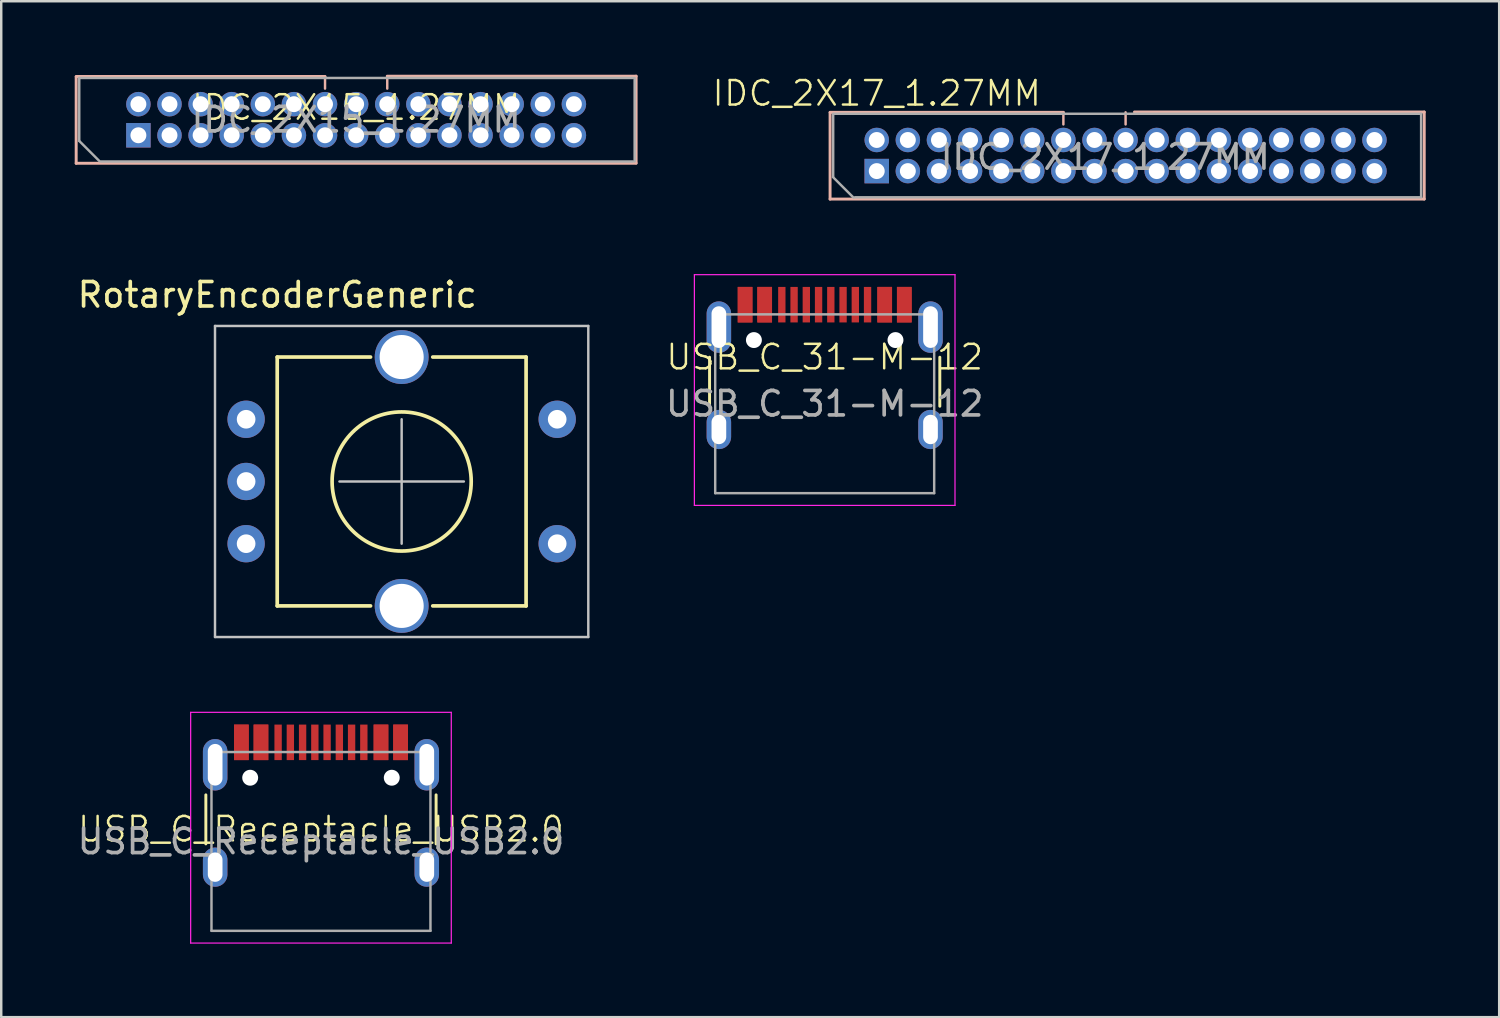
<source format=kicad_pcb>
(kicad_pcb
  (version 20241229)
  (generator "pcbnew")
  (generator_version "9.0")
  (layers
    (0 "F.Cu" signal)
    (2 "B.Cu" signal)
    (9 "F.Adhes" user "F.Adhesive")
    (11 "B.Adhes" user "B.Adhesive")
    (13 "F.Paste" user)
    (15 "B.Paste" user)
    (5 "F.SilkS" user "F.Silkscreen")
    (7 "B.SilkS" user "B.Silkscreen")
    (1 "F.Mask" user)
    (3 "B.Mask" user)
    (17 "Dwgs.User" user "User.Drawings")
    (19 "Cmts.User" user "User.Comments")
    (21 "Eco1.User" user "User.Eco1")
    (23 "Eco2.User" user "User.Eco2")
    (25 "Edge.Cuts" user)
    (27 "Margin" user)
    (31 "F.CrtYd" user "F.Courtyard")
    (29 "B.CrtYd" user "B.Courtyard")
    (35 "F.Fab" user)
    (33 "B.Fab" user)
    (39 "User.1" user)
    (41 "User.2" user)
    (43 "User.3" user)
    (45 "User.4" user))
  (footprint "IDC_2X15_1.27MM"
    (layer "F.Cu")
    (at 11.49 1.838)
    (property "Reference" "IDC_2X15_1.27MM" (at 0 -0.5 0) (unlocked yes) (layer "F.SilkS") (effects (font (size 1 1) (thickness 0.1))))
    (attr through_hole)
    (fp_line (start -11.43 -1.765) (end -1.27 -1.765) (stroke (width 0.12) (type solid)) (layer "B.SilkS"))
    (fp_line (start -11.43 1.778) (end -11.43 -1.752) (stroke (width 0.12) (type solid)) (layer "B.SilkS"))
    (fp_line (start -11.43 1.778) (end 11.43 1.778) (stroke (width 0.12) (type solid)) (layer "B.SilkS"))
    (fp_line (start -1.27 -1.765) (end -1.27 -1.27) (stroke (width 0.1) (type default)) (layer "B.SilkS"))
    (fp_line (start 1.27 -1.778) (end 11.43 -1.778) (stroke (width 0.12) (type solid)) (layer "B.SilkS"))
    (fp_line (start 1.27 -1.765) (end 1.27 -1.27) (stroke (width 0.1) (type default)) (layer "B.SilkS"))
    (fp_line (start 11.43 1.765) (end 11.43 -1.778) (stroke (width 0.12) (type solid)) (layer "B.SilkS"))
    (fp_line (start -11.305 0.866) (end -11.305 -1.692) (stroke (width 0.1) (type solid)) (layer "F.Fab"))
    (fp_line (start -11.303 -1.705) (end 11.303 -1.705) (stroke (width 0.1) (type solid)) (layer "F.Fab"))
    (fp_line (start -10.466 1.704) (end -11.305 0.866) (stroke (width 0.1) (type solid)) (layer "F.Fab"))
    (fp_line (start 11.303 1.705) (end -10.414 1.705) (stroke (width 0.1) (type solid)) (layer "F.Fab"))
    (fp_line (start 11.37 -1.705) (end 11.37 1.705) (stroke (width 0.1) (type solid)) (layer "F.Fab"))
    (fp_text user "${REFERENCE}" (at 0 0 180) (layer "F.Fab") (effects (font (size 1 1) (thickness 0.15))))
    (pad "1" thru_hole rect (at -8.89 0.635 90) (size 1 1) (drill 0.65) (layers "*.Cu" "*.Mask"))
    (pad "2" thru_hole oval (at -8.89 -0.635 90) (size 1 1) (drill 0.65) (layers "*.Cu" "*.Mask"))
    (pad "3" thru_hole oval (at -7.62 0.635 90) (size 1 1) (drill 0.65) (layers "*.Cu" "*.Mask"))
    (pad "4" thru_hole oval (at -7.62 -0.635 90) (size 1 1) (drill 0.65) (layers "*.Cu" "*.Mask"))
    (pad "5" thru_hole oval (at -6.35 0.635 90) (size 1 1) (drill 0.65) (layers "*.Cu" "*.Mask"))
    (pad "6" thru_hole oval (at -6.35 -0.635 90) (size 1 1) (drill 0.65) (layers "*.Cu" "*.Mask"))
    (pad "7" thru_hole oval (at -5.08 0.635 90) (size 1 1) (drill 0.65) (layers "*.Cu" "*.Mask"))
    (pad "8" thru_hole oval (at -5.08 -0.635 90) (size 1 1) (drill 0.65) (layers "*.Cu" "*.Mask"))
    (pad "9" thru_hole oval (at -3.81 0.635 90) (size 1 1) (drill 0.65) (layers "*.Cu" "*.Mask"))
    (pad "10" thru_hole oval (at -3.81 -0.635 90) (size 1 1) (drill 0.65) (layers "*.Cu" "*.Mask"))
    (pad "11" thru_hole oval (at -2.54 0.635 90) (size 1 1) (drill 0.65) (layers "*.Cu" "*.Mask"))
    (pad "12" thru_hole oval (at -2.54 -0.635 90) (size 1 1) (drill 0.65) (layers "*.Cu" "*.Mask"))
    (pad "13" thru_hole oval (at -1.27 0.635 90) (size 1 1) (drill 0.65) (layers "*.Cu" "*.Mask"))
    (pad "14" thru_hole oval (at -1.27 -0.635 90) (size 1 1) (drill 0.65) (layers "*.Cu" "*.Mask"))
    (pad "15" thru_hole oval (at 0 0.635 90) (size 1 1) (drill 0.65) (layers "*.Cu" "*.Mask"))
    (pad "16" thru_hole oval (at 0 -0.635 90) (size 1 1) (drill 0.65) (layers "*.Cu" "*.Mask"))
    (pad "17" thru_hole oval (at 1.27 0.635 90) (size 1 1) (drill 0.65) (layers "*.Cu" "*.Mask"))
    (pad "18" thru_hole oval (at 1.27 -0.635 90) (size 1 1) (drill 0.65) (layers "*.Cu" "*.Mask"))
    (pad "19" thru_hole oval (at 2.54 0.635 90) (size 1 1) (drill 0.65) (layers "*.Cu" "*.Mask"))
    (pad "20" thru_hole oval (at 2.54 -0.635 90) (size 1 1) (drill 0.65) (layers "*.Cu" "*.Mask"))
    (pad "21" thru_hole oval (at 3.81 0.635 90) (size 1 1) (drill 0.65) (layers "*.Cu" "*.Mask"))
    (pad "22" thru_hole oval (at 3.81 -0.635 90) (size 1 1) (drill 0.65) (layers "*.Cu" "*.Mask"))
    (pad "23" thru_hole oval (at 5.08 0.635 90) (size 1 1) (drill 0.65) (layers "*.Cu" "*.Mask"))
    (pad "24" thru_hole oval (at 5.08 -0.635 90) (size 1 1) (drill 0.65) (layers "*.Cu" "*.Mask"))
    (pad "25" thru_hole oval (at 6.35 0.635 90) (size 1 1) (drill 0.65) (layers "*.Cu" "*.Mask"))
    (pad "26" thru_hole oval (at 6.35 -0.635 90) (size 1 1) (drill 0.65) (layers "*.Cu" "*.Mask"))
    (pad "27" thru_hole oval (at 7.62 0.635 90) (size 1 1) (drill 0.65) (layers "*.Cu" "*.Mask"))
    (pad "28" thru_hole oval (at 7.62 -0.635 90) (size 1 1) (drill 0.65) (layers "*.Cu" "*.Mask"))
    (pad "29" thru_hole oval (at 8.89 0.635 90) (size 1 1) (drill 0.65) (layers "*.Cu" "*.Mask"))
    (pad "30" thru_hole oval (at 8.89 -0.635 90) (size 1 1) (drill 0.65) (layers "*.Cu" "*.Mask")))
  (footprint "USB_C_31-M-12"
    (layer "F.Cu")
    (at 30.619 13.434)
    (property "Reference" "USB_C_31-M-12" (at 0 -1.905 0) (unlocked yes) (layer "F.SilkS") (effects (font (size 1 1) (thickness 0.1))))
    (attr smd)
    (fp_line (start -4.7 -1.9) (end -4.7 0.1) (stroke (width 0.12) (type solid)) (layer "F.SilkS"))
    (fp_line (start 4.7 -1.9) (end 4.7 0.1) (stroke (width 0.12) (type solid)) (layer "F.SilkS"))
    (fp_line (start -5.32 -5.27) (end -5.32 4.15) (stroke (width 0.05) (type solid)) (layer "F.CrtYd"))
    (fp_line (start -5.32 -5.27) (end 5.32 -5.27) (stroke (width 0.05) (type solid)) (layer "F.CrtYd"))
    (fp_line (start -5.32 4.15) (end 5.32 4.15) (stroke (width 0.05) (type solid)) (layer "F.CrtYd"))
    (fp_line (start 5.32 -5.27) (end 5.32 4.15) (stroke (width 0.05) (type solid)) (layer "F.CrtYd"))
    (fp_line (start -4.47 -3.65) (end -4.47 3.65) (stroke (width 0.1) (type solid)) (layer "F.Fab"))
    (fp_line (start -4.47 -3.65) (end 4.47 -3.65) (stroke (width 0.1) (type solid)) (layer "F.Fab"))
    (fp_line (start -4.47 3.65) (end 4.47 3.65) (stroke (width 0.1) (type solid)) (layer "F.Fab"))
    (fp_line (start 4.47 -3.65) (end 4.47 3.65) (stroke (width 0.1) (type solid)) (layer "F.Fab"))
    (fp_text user "${REFERENCE}" (at 0 0 0) (layer "F.Fab") (effects (font (size 1 1) (thickness 0.15))))
    (pad "" np_thru_hole circle (at -2.89 -2.6) (size 0.65 0.65) (drill 0.65) (layers "*.Cu" "*.Mask"))
    (pad "" np_thru_hole circle (at 2.89 -2.6) (size 0.65 0.65) (drill 0.65) (layers "*.Cu" "*.Mask"))
    (pad "A1" smd rect (at -3.25 -4.045) (size 0.6 1.45) (layers "F.Cu" "F.Mask" "F.Paste"))
    (pad "A4" smd rect (at -2.45 -4.045) (size 0.6 1.45) (layers "F.Cu" "F.Mask" "F.Paste"))
    (pad "A5" smd rect (at -1.25 -4.045) (size 0.3 1.45) (layers "F.Cu" "F.Mask" "F.Paste"))
    (pad "A6" smd rect (at -0.25 -4.045) (size 0.3 1.45) (layers "F.Cu" "F.Mask" "F.Paste"))
    (pad "A7" smd rect (at 0.25 -4.045) (size 0.3 1.45) (layers "F.Cu" "F.Mask" "F.Paste"))
    (pad "A8" smd rect (at 1.25 -4.045) (size 0.3 1.45) (layers "F.Cu" "F.Mask" "F.Paste"))
    (pad "A9" smd rect (at 2.45 -4.045) (size 0.6 1.45) (layers "F.Cu" "F.Mask" "F.Paste"))
    (pad "A12" smd rect (at 3.25 -4.045) (size 0.6 1.45) (layers "F.Cu" "F.Mask" "F.Paste"))
    (pad "B1" smd rect (at 3.25 -4.045) (size 0.6 1.45) (layers "F.Cu" "F.Mask" "F.Paste"))
    (pad "B4" smd rect (at 2.45 -4.045) (size 0.6 1.45) (layers "F.Cu" "F.Mask" "F.Paste"))
    (pad "B5" smd rect (at 1.75 -4.045) (size 0.3 1.45) (layers "F.Cu" "F.Mask" "F.Paste"))
    (pad "B6" smd rect (at 0.75 -4.045) (size 0.3 1.45) (layers "F.Cu" "F.Mask" "F.Paste"))
    (pad "B7" smd rect (at -0.75 -4.045) (size 0.3 1.45) (layers "F.Cu" "F.Mask" "F.Paste"))
    (pad "B8" smd rect (at -1.75 -4.045) (size 0.3 1.45) (layers "F.Cu" "F.Mask" "F.Paste"))
    (pad "B9" smd rect (at -2.45 -4.045) (size 0.6 1.45) (layers "F.Cu" "F.Mask" "F.Paste"))
    (pad "B12" smd rect (at -3.25 -4.045) (size 0.6 1.45) (layers "F.Cu" "F.Mask" "F.Paste"))
    (pad "S1" thru_hole oval (at -4.32 -3.13) (size 1 2.1) (drill oval 0.6 1.7) (layers "*.Cu" "*.Mask"))
    (pad "S1" thru_hole oval (at -4.32 1.05) (size 1 1.6) (drill oval 0.6 1.2) (layers "*.Cu" "*.Mask"))
    (pad "S1" thru_hole oval (at 4.32 -3.13) (size 1 2.1) (drill oval 0.6 1.7) (layers "*.Cu" "*.Mask"))
    (pad "S1" thru_hole oval (at 4.32 1.05) (size 1 1.6) (drill oval 0.6 1.2) (layers "*.Cu" "*.Mask")))
  (footprint "IDC_2X17_1.27MM"
    (layer "F.Cu")
    (at 41.634 3.3)
    (property "Reference" "IDC_2X17_1.27MM" (at -8.89 -2.54 0) (unlocked yes) (layer "F.SilkS") (effects (font (size 1 1) (thickness 0.1))))
    (attr through_hole)
    (fp_line (start -10.795 -1.765) (end -1.27 -1.765) (stroke (width 0.12) (type solid)) (layer "B.SilkS"))
    (fp_line (start -10.795 1.778) (end -10.795 -1.752) (stroke (width 0.12) (type solid)) (layer "B.SilkS"))
    (fp_line (start -10.795 1.778) (end 13.462 1.778) (stroke (width 0.12) (type solid)) (layer "B.SilkS"))
    (fp_line (start -1.27 -1.765) (end -1.27 -1.27) (stroke (width 0.1) (type default)) (layer "B.SilkS"))
    (fp_line (start 1.27 -1.765) (end 1.27 -1.27) (stroke (width 0.1) (type default)) (layer "B.SilkS"))
    (fp_line (start 1.632 -1.778) (end 13.462 -1.778) (stroke (width 0.12) (type solid)) (layer "B.SilkS"))
    (fp_line (start 13.462 1.775) (end 13.462 -1.775) (stroke (width 0.12) (type solid)) (layer "B.SilkS"))
    (fp_line (start -10.668 -1.705) (end 13.335 -1.705) (stroke (width 0.1) (type solid)) (layer "F.Fab"))
    (fp_line (start -10.668 0.866) (end -10.668 -1.692) (stroke (width 0.1) (type solid)) (layer "F.Fab"))
    (fp_line (start -9.837 1.72) (end -10.679 0.878) (stroke (width 0.1) (type solid)) (layer "F.Fab"))
    (fp_line (start 13.335 -1.7) (end 13.335 1.69) (stroke (width 0.1) (type solid)) (layer "F.Fab"))
    (fp_line (start 13.335 1.705) (end -9.779 1.705) (stroke (width 0.1) (type solid)) (layer "F.Fab"))
    (fp_text user "${REFERENCE}" (at 0.44 0.06 180) (layer "F.Fab") (effects (font (size 1 1) (thickness 0.15))))
    (pad "1" thru_hole rect (at -8.89 0.635 90) (size 1 1) (drill 0.65) (layers "*.Cu" "*.Mask"))
    (pad "2" thru_hole oval (at -8.89 -0.635 90) (size 1 1) (drill 0.65) (layers "*.Cu" "*.Mask"))
    (pad "3" thru_hole oval (at -7.62 0.635 90) (size 1 1) (drill 0.65) (layers "*.Cu" "*.Mask"))
    (pad "4" thru_hole oval (at -7.62 -0.635 90) (size 1 1) (drill 0.65) (layers "*.Cu" "*.Mask"))
    (pad "5" thru_hole oval (at -6.35 0.635 90) (size 1 1) (drill 0.65) (layers "*.Cu" "*.Mask"))
    (pad "6" thru_hole oval (at -6.35 -0.635 90) (size 1 1) (drill 0.65) (layers "*.Cu" "*.Mask"))
    (pad "7" thru_hole oval (at -5.08 0.635 90) (size 1 1) (drill 0.65) (layers "*.Cu" "*.Mask"))
    (pad "8" thru_hole oval (at -5.08 -0.635 90) (size 1 1) (drill 0.65) (layers "*.Cu" "*.Mask"))
    (pad "9" thru_hole oval (at -3.81 0.635 90) (size 1 1) (drill 0.65) (layers "*.Cu" "*.Mask"))
    (pad "10" thru_hole oval (at -3.81 -0.635 90) (size 1 1) (drill 0.65) (layers "*.Cu" "*.Mask"))
    (pad "11" thru_hole oval (at -2.54 0.635 90) (size 1 1) (drill 0.65) (layers "*.Cu" "*.Mask"))
    (pad "12" thru_hole oval (at -2.54 -0.635 90) (size 1 1) (drill 0.65) (layers "*.Cu" "*.Mask"))
    (pad "13" thru_hole oval (at -1.27 0.635 90) (size 1 1) (drill 0.65) (layers "*.Cu" "*.Mask"))
    (pad "14" thru_hole oval (at -1.27 -0.635 90) (size 1 1) (drill 0.65) (layers "*.Cu" "*.Mask"))
    (pad "15" thru_hole oval (at 0 0.635 90) (size 1 1) (drill 0.65) (layers "*.Cu" "*.Mask"))
    (pad "16" thru_hole oval (at 0 -0.635 90) (size 1 1) (drill 0.65) (layers "*.Cu" "*.Mask"))
    (pad "17" thru_hole oval (at 1.27 0.635 90) (size 1 1) (drill 0.65) (layers "*.Cu" "*.Mask"))
    (pad "18" thru_hole oval (at 1.27 -0.635 90) (size 1 1) (drill 0.65) (layers "*.Cu" "*.Mask"))
    (pad "19" thru_hole oval (at 2.54 0.635 90) (size 1 1) (drill 0.65) (layers "*.Cu" "*.Mask"))
    (pad "20" thru_hole oval (at 2.54 -0.635 90) (size 1 1) (drill 0.65) (layers "*.Cu" "*.Mask"))
    (pad "21" thru_hole oval (at 3.81 0.635 90) (size 1 1) (drill 0.65) (layers "*.Cu" "*.Mask"))
    (pad "22" thru_hole oval (at 3.81 -0.635 90) (size 1 1) (drill 0.65) (layers "*.Cu" "*.Mask"))
    (pad "23" thru_hole oval (at 5.08 0.635 90) (size 1 1) (drill 0.65) (layers "*.Cu" "*.Mask"))
    (pad "24" thru_hole oval (at 5.08 -0.635 90) (size 1 1) (drill 0.65) (layers "*.Cu" "*.Mask"))
    (pad "25" thru_hole oval (at 6.35 0.635 90) (size 1 1) (drill 0.65) (layers "*.Cu" "*.Mask"))
    (pad "26" thru_hole oval (at 6.35 -0.635 90) (size 1 1) (drill 0.65) (layers "*.Cu" "*.Mask"))
    (pad "27" thru_hole oval (at 7.62 0.635 90) (size 1 1) (drill 0.65) (layers "*.Cu" "*.Mask"))
    (pad "28" thru_hole oval (at 7.62 -0.635 90) (size 1 1) (drill 0.65) (layers "*.Cu" "*.Mask"))
    (pad "29" thru_hole oval (at 8.89 0.635 90) (size 1 1) (drill 0.65) (layers "*.Cu" "*.Mask"))
    (pad "30" thru_hole oval (at 8.89 -0.635 90) (size 1 1) (drill 0.65) (layers "*.Cu" "*.Mask"))
    (pad "31" thru_hole oval (at 10.16 0.635 90) (size 1 1) (drill 0.65) (layers "*.Cu" "*.Mask"))
    (pad "32" thru_hole oval (at 10.16 -0.635 90) (size 1 1) (drill 0.65) (layers "*.Cu" "*.Mask"))
    (pad "33" thru_hole oval (at 11.43 0.635 90) (size 1 1) (drill 0.65) (layers "*.Cu" "*.Mask"))
    (pad "34" thru_hole oval (at 11.43 -0.635 90) (size 1 1) (drill 0.65) (layers "*.Cu" "*.Mask")))
  (footprint "USB_C_Receptacle_USB2.0"
    (layer "F.Cu")
    (at 10.054 31.302)
    (property "Reference" "USB_C_Receptacle_USB2.0" (at 0 -0.5 0) (unlocked yes) (layer "F.SilkS") (effects (font (size 1 1) (thickness 0.1))))
    (attr smd)
    (fp_line (start -4.7 -1.9) (end -4.7 0.1) (stroke (width 0.12) (type solid)) (layer "F.SilkS"))
    (fp_line (start 4.7 -1.9) (end 4.7 0.1) (stroke (width 0.12) (type solid)) (layer "F.SilkS"))
    (fp_line (start -5.32 -5.27) (end -5.32 4.15) (stroke (width 0.05) (type solid)) (layer "F.CrtYd"))
    (fp_line (start -5.32 -5.27) (end 5.32 -5.27) (stroke (width 0.05) (type solid)) (layer "F.CrtYd"))
    (fp_line (start -5.32 4.15) (end 5.32 4.15) (stroke (width 0.05) (type solid)) (layer "F.CrtYd"))
    (fp_line (start 5.32 -5.27) (end 5.32 4.15) (stroke (width 0.05) (type solid)) (layer "F.CrtYd"))
    (fp_line (start -4.47 -3.65) (end -4.47 3.65) (stroke (width 0.1) (type solid)) (layer "F.Fab"))
    (fp_line (start -4.47 -3.65) (end 4.47 -3.65) (stroke (width 0.1) (type solid)) (layer "F.Fab"))
    (fp_line (start -4.47 3.65) (end 4.47 3.65) (stroke (width 0.1) (type solid)) (layer "F.Fab"))
    (fp_line (start 4.47 -3.65) (end 4.47 3.65) (stroke (width 0.1) (type solid)) (layer "F.Fab"))
    (fp_text user "${REFERENCE}" (at 0 0 0) (layer "F.Fab") (effects (font (size 1 1) (thickness 0.15))))
    (pad "" np_thru_hole circle (at -2.89 -2.6) (size 0.65 0.65) (drill 0.65) (layers "*.Cu" "*.Mask"))
    (pad "" np_thru_hole circle (at 2.89 -2.6) (size 0.65 0.65) (drill 0.65) (layers "*.Cu" "*.Mask"))
    (pad "A1" smd rect (at -3.25 -4.045) (size 0.6 1.45) (layers "F.Cu" "F.Mask" "F.Paste"))
    (pad "A4" smd rect (at -2.45 -4.045) (size 0.6 1.45) (layers "F.Cu" "F.Mask" "F.Paste"))
    (pad "A5" smd rect (at -1.25 -4.045) (size 0.3 1.45) (layers "F.Cu" "F.Mask" "F.Paste"))
    (pad "A6" smd rect (at -0.25 -4.045) (size 0.3 1.45) (layers "F.Cu" "F.Mask" "F.Paste"))
    (pad "A7" smd rect (at 0.25 -4.045) (size 0.3 1.45) (layers "F.Cu" "F.Mask" "F.Paste"))
    (pad "A8" smd rect (at 1.25 -4.045) (size 0.3 1.45) (layers "F.Cu" "F.Mask" "F.Paste"))
    (pad "A9" smd rect (at 2.45 -4.045) (size 0.6 1.45) (layers "F.Cu" "F.Mask" "F.Paste"))
    (pad "A12" smd rect (at 3.25 -4.045) (size 0.6 1.45) (layers "F.Cu" "F.Mask" "F.Paste"))
    (pad "B1" smd rect (at 3.25 -4.045) (size 0.6 1.45) (layers "F.Cu" "F.Mask" "F.Paste"))
    (pad "B4" smd rect (at 2.45 -4.045) (size 0.6 1.45) (layers "F.Cu" "F.Mask" "F.Paste"))
    (pad "B5" smd rect (at 1.75 -4.045) (size 0.3 1.45) (layers "F.Cu" "F.Mask" "F.Paste"))
    (pad "B6" smd rect (at 0.75 -4.045) (size 0.3 1.45) (layers "F.Cu" "F.Mask" "F.Paste"))
    (pad "B7" smd rect (at -0.75 -4.045) (size 0.3 1.45) (layers "F.Cu" "F.Mask" "F.Paste"))
    (pad "B8" smd rect (at -1.75 -4.045) (size 0.3 1.45) (layers "F.Cu" "F.Mask" "F.Paste"))
    (pad "B9" smd rect (at -2.45 -4.045) (size 0.6 1.45) (layers "F.Cu" "F.Mask" "F.Paste"))
    (pad "B12" smd rect (at -3.25 -4.045) (size 0.6 1.45) (layers "F.Cu" "F.Mask" "F.Paste"))
    (pad "S1" thru_hole oval (at -4.32 -3.13) (size 1 2.1) (drill oval 0.6 1.7) (layers "*.Cu" "*.Mask"))
    (pad "S1" thru_hole oval (at -4.32 1.05) (size 1 1.6) (drill oval 0.6 1.2) (layers "*.Cu" "*.Mask"))
    (pad "S1" thru_hole oval (at 4.32 -3.13) (size 1 2.1) (drill oval 0.6 1.7) (layers "*.Cu" "*.Mask"))
    (pad "S1" thru_hole oval (at 4.32 1.05) (size 1 1.6) (drill oval 0.6 1.2) (layers "*.Cu" "*.Mask")))
  (footprint "RotaryEncoderGeneric"
    (layer "F.Cu")
    (at 6.998 16.607)
    (property "Reference" "RotaryEncoderGeneric" (at 1.27 -7.62 0) (layer "F.SilkS") (effects (font (size 1 1) (thickness 0.15))))
    (attr through_hole)
    (fp_line (start 1.27 -5.08) (end 1.27 5.08) (stroke (width 0.15) (type solid)) (layer "F.SilkS"))
    (fp_line (start 1.27 -5.08) (end 5.08 -5.08) (stroke (width 0.15) (type solid)) (layer "F.SilkS"))
    (fp_line (start 1.27 5.08) (end 5.08 5.08) (stroke (width 0.15) (type solid)) (layer "F.SilkS"))
    (fp_line (start 7.62 -5.08) (end 11.43 -5.08) (stroke (width 0.15) (type solid)) (layer "F.SilkS"))
    (fp_line (start 7.62 5.08) (end 11.43 5.08) (stroke (width 0.15) (type solid)) (layer "F.SilkS"))
    (fp_line (start 11.43 5.08) (end 11.43 -5.08) (stroke (width 0.15) (type solid)) (layer "F.SilkS"))
    (fp_circle (center 6.35 0) (end 5.08 -2.54) (stroke (width 0.15) (type solid)) (fill no) (layer "F.SilkS"))
    (fp_line (start -1.27 -6.35) (end -1.27 6.35) (stroke (width 0.1) (type solid)) (layer "Dwgs.User"))
    (fp_line (start -1.27 6.35) (end 13.97 6.35) (stroke (width 0.1) (type solid)) (layer "Dwgs.User"))
    (fp_line (start 3.81 0) (end 8.89 0) (stroke (width 0.1) (type solid)) (layer "Dwgs.User"))
    (fp_line (start 6.35 -2.54) (end 6.35 2.54) (stroke (width 0.1) (type solid)) (layer "Dwgs.User"))
    (fp_line (start 13.97 -6.35) (end -1.27 -6.35) (stroke (width 0.1) (type solid)) (layer "Dwgs.User"))
    (fp_line (start 13.97 6.35) (end 13.97 -6.35) (stroke (width 0.1) (type solid)) (layer "Dwgs.User"))
    (pad "1" thru_hole circle (at 12.7 -2.54) (size 1.524 1.524) (drill 0.762) (layers "*.Cu" "*.Mask"))
    (pad "2" thru_hole circle (at 12.7 2.54) (size 1.524 1.524) (drill 0.762) (layers "*.Cu" "*.Mask"))
    (pad "A" thru_hole circle (at 0 -2.54) (size 1.524 1.524) (drill 0.762) (layers "*.Cu" "*.Mask"))
    (pad "B" thru_hole circle (at 0 2.54) (size 1.524 1.524) (drill 0.762) (layers "*.Cu" "*.Mask"))
    (pad "C" thru_hole circle (at 0 0) (size 1.524 1.524) (drill 0.762) (layers "*.Cu" "*.Mask"))
    (pad "MP" thru_hole circle (at 6.35 -5.08) (size 2.2 2.2) (drill 1.8) (layers "*.Cu" "*.Mask"))
    (pad "MP" thru_hole circle (at 6.35 5.08) (size 2.2 2.2) (drill 1.8) (layers "*.Cu" "*.Mask")))
  (gr_rect
    (start -3 -3)
    (end 58.156 38.477)
    (stroke (width 0.1) (type default))
    (fill no)
    (layer "Edge.Cuts")))
</source>
